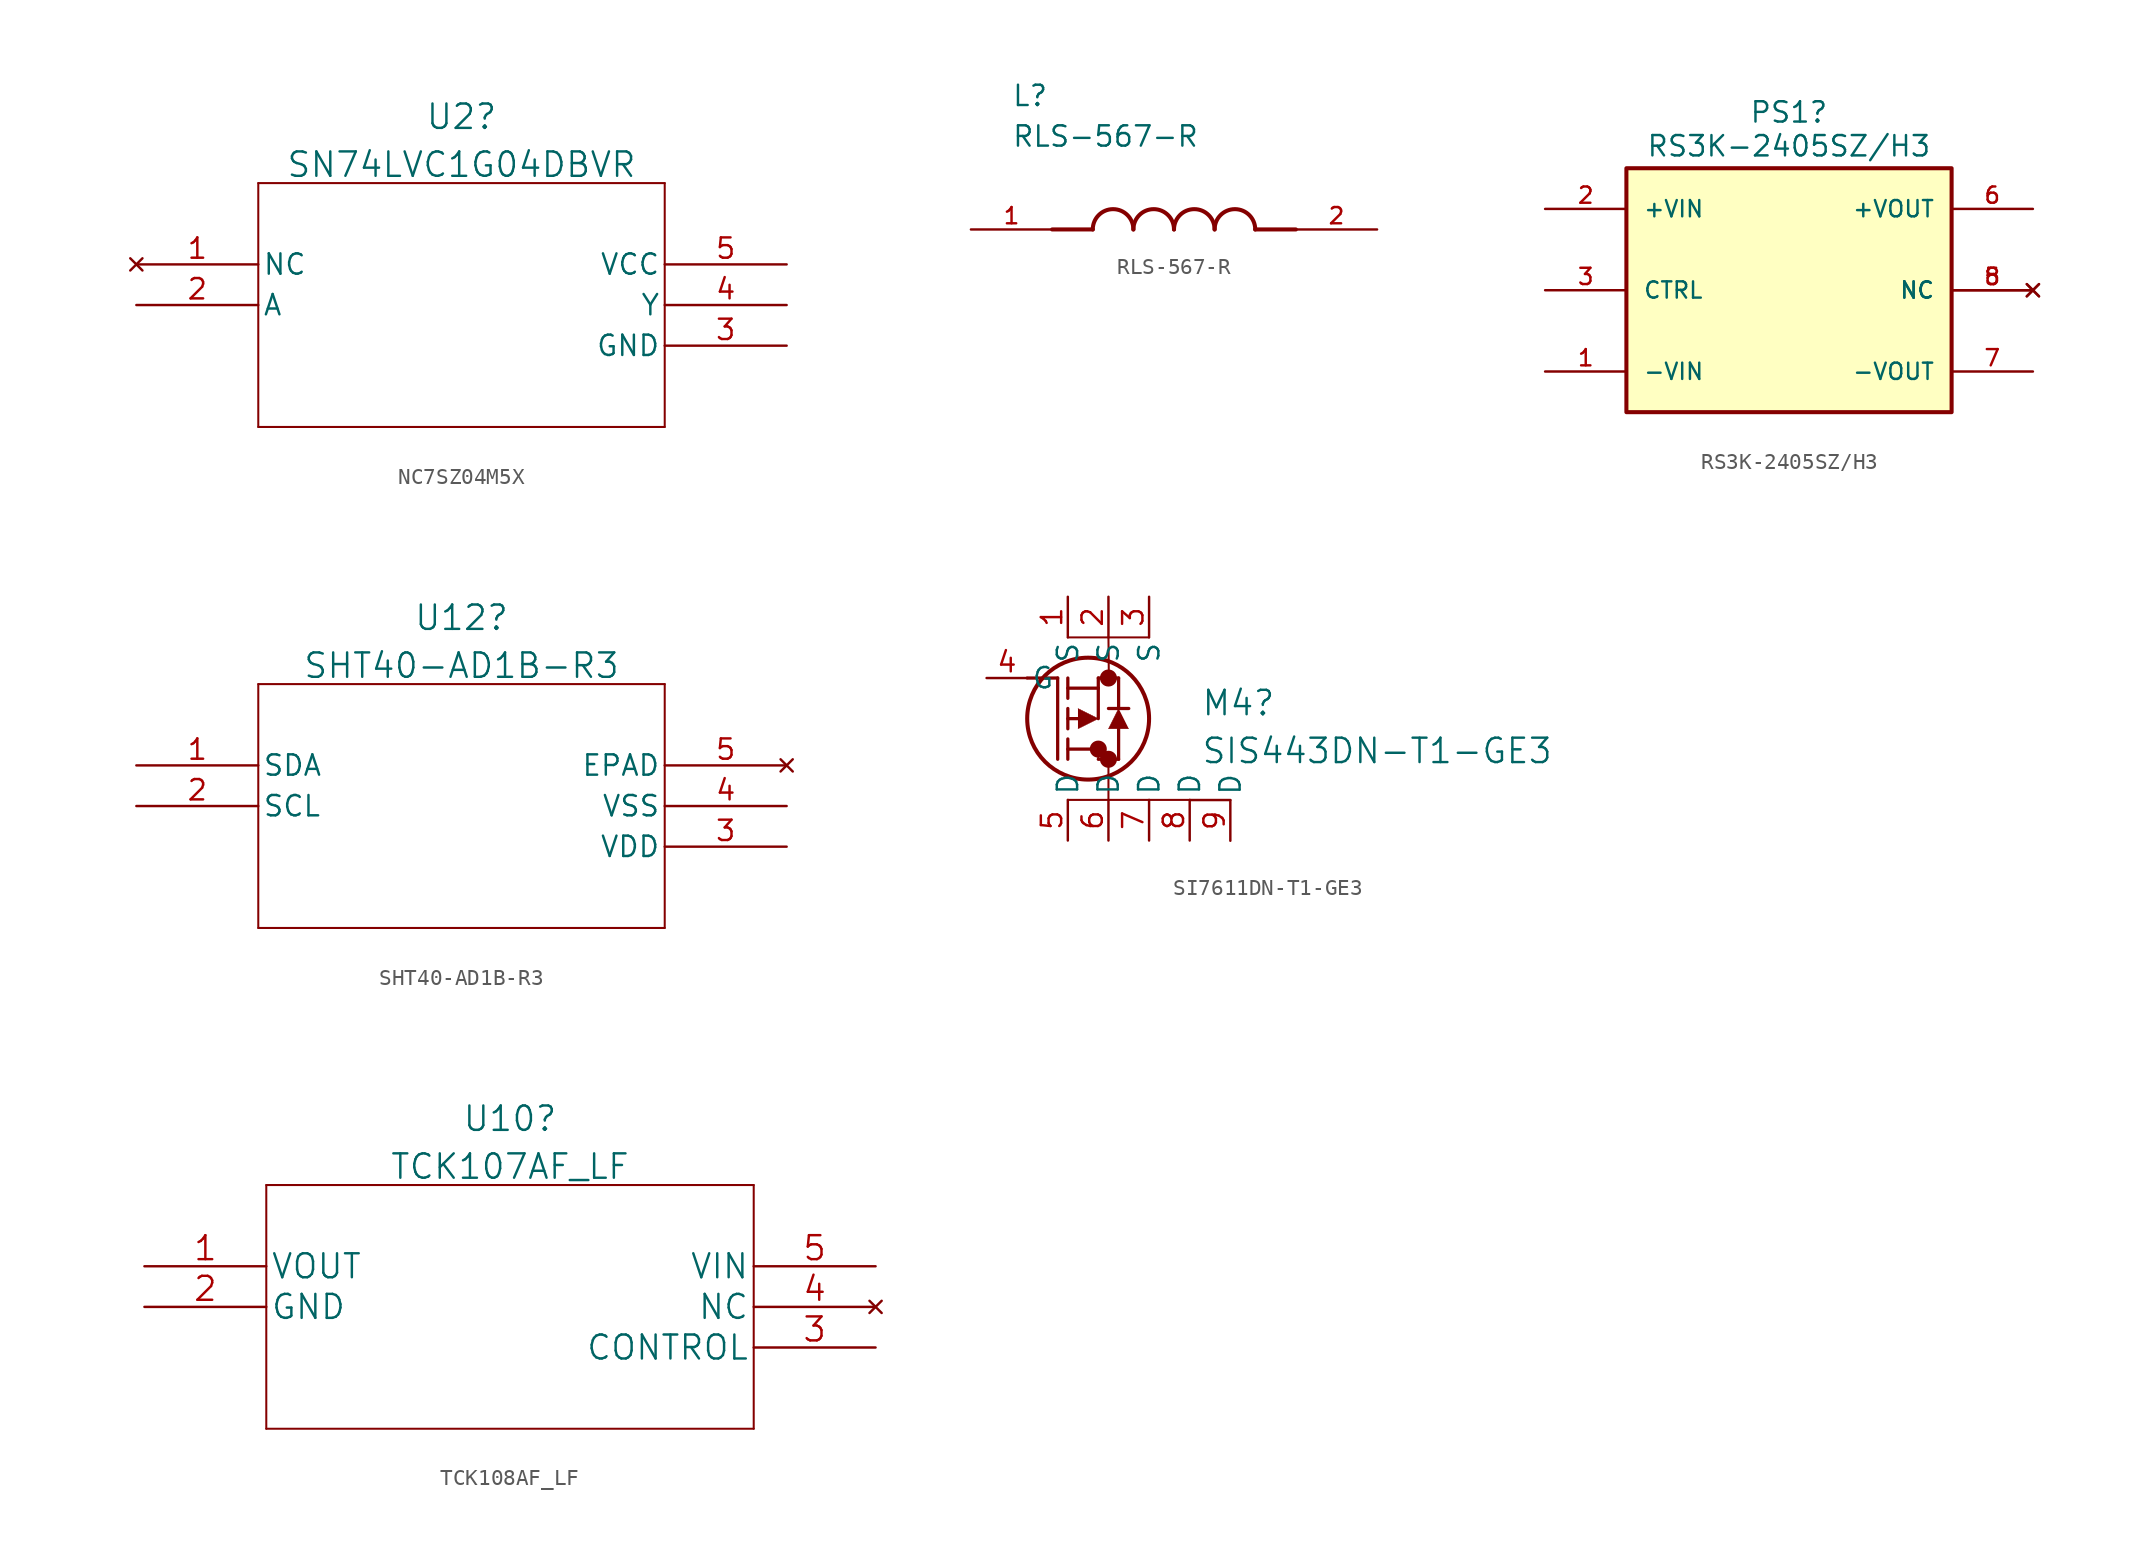
<source format=kicad_sym>
(kicad_symbol_lib
  (version 20231120)
  (generator "kicad_symbol_editor")
  (generator_version "8.0")
  (symbol "NC7SZ04M5X"
    (pin_names
      (offset 0.254))
    (property "Reference" "U2"
      (at 20.32 9.228 0)
      (effects (font (size 1.524 1.524))))
    (property "Value" "SN74LVC1G04DBVR"
      (at 20.32 6.234 0)
      (effects (font (size 1.524 1.524))))
    (property "ki_locked" ""
      (at 0 0 0)
      (effects (font (size 1.27 1.27))))
    (symbol "NC7SZ04M5X_0_1"
      (polyline (pts (xy 7.62 -10.16) (xy 33.02 -10.16)) (stroke (width 0.127) (type default)) (fill (type none)))
      (polyline (pts (xy 7.62 5.08) (xy 7.62 -10.16)) (stroke (width 0.127) (type default)) (fill (type none)))
      (polyline (pts (xy 33.02 -10.16) (xy 33.02 5.08)) (stroke (width 0.127) (type default)) (fill (type none)))
      (polyline (pts (xy 33.02 5.08) (xy 7.62 5.08)) (stroke (width 0.127) (type default)) (fill (type none)))
      (pin no_connect line (at 0 0 0) (length 7.62) (name "NC" (effects (font (size 1.27 1.27)))) (number "1" (effects (font (size 1.27 1.27)))))
      (pin unspecified line (at 0 -2.54 0) (length 7.62) (name "A" (effects (font (size 1.27 1.27)))) (number "2" (effects (font (size 1.27 1.27)))))
      (pin power_in line (at 40.64 0 180) (length 7.62) (name "VCC" (effects (font (size 1.27 1.27)))) (number "5" (effects (font (size 1.27 1.27))))))
    (symbol "NC7SZ04M5X_1_1"
      (pin bidirectional line (at 40.64 -5.08 180) (length 7.62) (name "GND" (effects (font (size 1.27 1.27)))) (number "3" (effects (font (size 1.27 1.27)))))
      (pin bidirectional line (at 40.64 -2.54 180) (length 7.62) (name "Y" (effects (font (size 1.27 1.27)))) (number "4" (effects (font (size 1.27 1.27)))))))
  (symbol "RLS-567-R"
    (pin_names
      (offset 1.016))
    (property "Reference" "L"
      (at -10.16 7.62 0)
      (effects (font (size 1.27 1.27)) (justify left bottom)))
    (property "Value" "RLS-567-R"
      (at -10.16 5.08 0)
      (effects (font (size 1.27 1.27)) (justify left bottom)))
    (symbol "RLS-567-R_0_0"
      (arc (start -2.54 0) (mid -3.81 1.2645) (end -5.08 0) (stroke (width 0.254) (type default)) (fill (type none)))
      (arc (start 0 0) (mid -1.27 1.2645) (end -2.54 0) (stroke (width 0.254) (type default)) (fill (type none)))
      (polyline (pts (xy -5.08 0) (xy -7.62 0)) (stroke (width 0.254) (type default)) (fill (type none)))
      (polyline (pts (xy 5.08 0) (xy 7.62 0)) (stroke (width 0.254) (type default)) (fill (type none)))
      (arc (start 2.54 0) (mid 1.27 1.2645) (end 0 0) (stroke (width 0.254) (type default)) (fill (type none)))
      (arc (start 5.08 0) (mid 3.81 1.2645) (end 2.54 0) (stroke (width 0.254) (type default)) (fill (type none)))
      (pin passive line (at -12.7 0 0) (length 5.08) (name "~" (effects (font (size 1.016 1.016)))) (number "1" (effects (font (size 1.016 1.016)))))
      (pin passive line (at 12.7 0 180) (length 5.08) (name "~" (effects (font (size 1.016 1.016)))) (number "2" (effects (font (size 1.016 1.016)))))))
  (symbol "RS3K-2405SZ/H3"
    (pin_names
      (offset 1.016))
    (property "Reference" "PS1"
      (at -0.008 11.119 0)
      (effects (font (size 1.27 1.27))))
    (property "Value" "RS3K-2405SZ/H3"
      (at -0.008 9.005 0)
      (effects (font (size 1.27 1.27))))
    (symbol "RS3K-2405SZ/H3_0_0"
      (rectangle (start -10.16 -7.62) (end 10.16 7.62) (stroke (width 0.254) (type default)) (fill (type background)))
      (pin input line (at -15.24 -5.08 0) (length 5.08) (name "-VIN" (effects (font (size 1.016 1.016)))) (number "1" (effects (font (size 1.016 1.016)))))
      (pin input line (at -15.24 5.08 0) (length 5.08) (name "+VIN" (effects (font (size 1.016 1.016)))) (number "2" (effects (font (size 1.016 1.016)))))
      (pin input line (at -15.24 0 0) (length 5.08) (name "CTRL" (effects (font (size 1.016 1.016)))) (number "3" (effects (font (size 1.016 1.016)))))
      (pin no_connect line (at 15.24 0 180) (length 5.08) (name "NC" (effects (font (size 1.016 1.016)))) (number "5" (effects (font (size 1.016 1.016)))))
      (pin output line (at 15.24 5.08 180) (length 5.08) (name "+VOUT" (effects (font (size 1.016 1.016)))) (number "6" (effects (font (size 1.016 1.016)))))
      (pin no_connect line (at 15.24 0 180) (length 5.08) (name "NC" (effects (font (size 1.016 1.016)))) (number "8" (effects (font (size 1.016 1.016))))))
    (symbol "RS3K-2405SZ/H3_1_0"
      (pin bidirectional line (at 15.24 -5.08 180) (length 5.08) (name "-VOUT" (effects (font (size 1.016 1.016)))) (number "7" (effects (font (size 1.016 1.016)))))))
  (symbol "SHT40-AD1B-R3"
    (pin_names
      (offset 0.254))
    (property "Reference" "U12"
      (at 20.32 9.228 0)
      (effects (font (size 1.524 1.524))))
    (property "Value" "SHT40-AD1B-R3"
      (at 20.32 6.234 0)
      (effects (font (size 1.524 1.524))))
    (property "ki_locked" ""
      (at 0 0 0)
      (effects (font (size 1.27 1.27))))
    (symbol "SHT40-AD1B-R3_0_1"
      (polyline (pts (xy 7.62 -10.16) (xy 33.02 -10.16)) (stroke (width 0.127) (type default)) (fill (type none)))
      (polyline (pts (xy 7.62 5.08) (xy 7.62 -10.16)) (stroke (width 0.127) (type default)) (fill (type none)))
      (polyline (pts (xy 33.02 -10.16) (xy 33.02 5.08)) (stroke (width 0.127) (type default)) (fill (type none)))
      (polyline (pts (xy 33.02 5.08) (xy 7.62 5.08)) (stroke (width 0.127) (type default)) (fill (type none)))
      (pin bidirectional line (at 0 0 0) (length 7.62) (name "SDA" (effects (font (size 1.27 1.27)))) (number "1" (effects (font (size 1.27 1.27)))))
      (pin input line (at 0 -2.54 0) (length 7.62) (name "SCL" (effects (font (size 1.27 1.27)))) (number "2" (effects (font (size 1.27 1.27)))))
      (pin power_in line (at 40.64 -5.08 180) (length 7.62) (name "VDD" (effects (font (size 1.27 1.27)))) (number "3" (effects (font (size 1.27 1.27)))))
      (pin no_connect line (at 40.64 0 180) (length 7.62) (name "EPAD" (effects (font (size 1.27 1.27)))) (number "5" (effects (font (size 1.27 1.27))))))
    (symbol "SHT40-AD1B-R3_1_1"
      (pin bidirectional line (at 40.64 -2.54 180) (length 7.62) (name "VSS" (effects (font (size 1.27 1.27)))) (number "4" (effects (font (size 1.27 1.27)))))))
  (symbol "SI7611DN-T1-GE3"
    (pin_names
      (offset 0.254))
    (property "Reference" "M4"
      (at 13.399 -1.564 0)
      (effects (font (size 1.524 1.524)) (justify left)))
    (property "Value" "SIS443DN-T1-GE3"
      (at 13.399 -4.557 0)
      (effects (font (size 1.524 1.524)) (justify left)))
    (property "ki_locked" ""
      (at 0 0 0)
      (effects (font (size 1.27 1.27))))
    (symbol "SI7611DN-T1-GE3_0_1"
      (polyline (pts (xy 2.54 0) (xy 4.445 0)) (stroke (width 0.203) (type default)) (fill (type none)))
      (polyline (pts (xy 4.445 -5.08) (xy 4.445 0)) (stroke (width 0.203) (type default)) (fill (type none)))
      (polyline (pts (xy 5.08 -7.62) (xy 12.7 -7.62)) (stroke (width 0.127) (type default)) (fill (type none)))
      (polyline (pts (xy 5.08 -5.08) (xy 5.08 -3.81)) (stroke (width 0.203) (type default)) (fill (type none)))
      (polyline (pts (xy 5.08 -4.445) (xy 6.985 -4.445)) (stroke (width 0.203) (type default)) (fill (type none)))
      (polyline (pts (xy 5.08 -3.175) (xy 5.08 -1.905)) (stroke (width 0.203) (type default)) (fill (type none)))
      (polyline (pts (xy 5.08 -1.27) (xy 5.08 0)) (stroke (width 0.203) (type default)) (fill (type none)))
      (polyline (pts (xy 5.08 -0.635) (xy 6.985 -0.635)) (stroke (width 0.203) (type default)) (fill (type none)))
      (polyline (pts (xy 5.08 2.54) (xy 10.16 2.54)) (stroke (width 0.127) (type default)) (fill (type none)))
      (polyline (pts (xy 5.715 -2.54) (xy 5.08 -2.54)) (stroke (width 0.203) (type default)) (fill (type none)))
      (polyline (pts (xy 6.985 -5.08) (xy 8.255 -5.08)) (stroke (width 0.203) (type default)) (fill (type none)))
      (polyline (pts (xy 6.985 -4.445) (xy 6.985 -5.08)) (stroke (width 0.127) (type default)) (fill (type none)))
      (polyline (pts (xy 6.985 -0.635) (xy 6.985 -2.54)) (stroke (width 0.203) (type default)) (fill (type none)))
      (polyline (pts (xy 6.985 -0.635) (xy 6.985 0)) (stroke (width 0.203) (type default)) (fill (type none)))
      (polyline (pts (xy 6.985 0) (xy 8.255 0)) (stroke (width 0.203) (type default)) (fill (type none)))
      (polyline (pts (xy 7.62 -7.62) (xy 7.62 -5.08)) (stroke (width 0.127) (type default)) (fill (type none)))
      (polyline (pts (xy 7.62 2.54) (xy 7.645 0)) (stroke (width 0.127) (type default)) (fill (type none)))
      (polyline (pts (xy 8.255 -5.08) (xy 8.255 -3.175)) (stroke (width 0.203) (type default)) (fill (type none)))
      (polyline (pts (xy 8.255 -1.905) (xy 8.255 0)) (stroke (width 0.203) (type default)) (fill (type none)))
      (polyline (pts (xy 8.89 -1.905) (xy 7.62 -1.905)) (stroke (width 0.203) (type default)) (fill (type none)))
      (polyline (pts (xy 5.715 -3.175) (xy 6.985 -2.54) (xy 5.715 -1.905)) (stroke (width 0.025) (type default)) (fill (type outline)))
      (polyline (pts (xy 8.89 -3.175) (xy 7.62 -3.175) (xy 8.255 -1.905)) (stroke (width 0.025) (type default)) (fill (type outline)))
      (circle (center 6.35 -2.54) (radius 3.81) (stroke (width 0.254) (type default)) (fill (type none)))
      (circle (center 6.985 -4.445) (radius 0.025) (stroke (width 0.508) (type default)) (fill (type none)))
      (circle (center 7.62 -5.08) (radius 0.025) (stroke (width 0.508) (type default)) (fill (type none)))
      (circle (center 7.62 0) (radius 0.025) (stroke (width 0.508) (type default)) (fill (type none)))
      (pin unspecified line (at 5.08 5.08 270) (length 2.54) (name "S" (effects (font (size 1.27 1.27)))) (number "1" (effects (font (size 1.27 1.27)))))
      (pin unspecified line (at 7.62 5.08 270) (length 2.54) (name "S" (effects (font (size 1.27 1.27)))) (number "2" (effects (font (size 1.27 1.27)))))
      (pin unspecified line (at 10.16 5.08 270) (length 2.54) (name "S" (effects (font (size 1.27 1.27)))) (number "3" (effects (font (size 1.27 1.27)))))
      (pin unspecified line (at 0 0 0) (length 2.54) (name "G" (effects (font (size 1.27 1.27)))) (number "4" (effects (font (size 1.27 1.27)))))
      (pin unspecified line (at 5.08 -10.16 90) (length 2.54) (name "D" (effects (font (size 1.27 1.27)))) (number "5" (effects (font (size 1.27 1.27)))))
      (pin unspecified line (at 7.62 -10.16 90) (length 2.54) (name "D" (effects (font (size 1.27 1.27)))) (number "6" (effects (font (size 1.27 1.27)))))
      (pin unspecified line (at 10.16 -10.16 90) (length 2.54) (name "D" (effects (font (size 1.27 1.27)))) (number "7" (effects (font (size 1.27 1.27)))))
      (pin unspecified line (at 12.7 -10.16 90) (length 2.54) (name "D" (effects (font (size 1.27 1.27)))) (number "8" (effects (font (size 1.27 1.27)))))
      (pin unspecified line (at 15.241 -10.175 90) (length 2.54) (name "D" (effects (font (size 1.27 1.27)))) (number "9" (effects (font (size 1.27 1.27))))))
    (symbol "SI7611DN-T1-GE3_1_1"
      (polyline (pts (xy 12.723 -7.629) (xy 15.241 -7.629)) (stroke (width 0) (type default)) (fill (type none)))))
  (symbol "TCK108AF_LF"
    (pin_names
      (offset 0.254))
    (property "Reference" "U10"
      (at 22.86 9.228 0)
      (effects (font (size 1.524 1.524))))
    (property "Value" "TCK107AF_LF"
      (at 22.86 6.234 0)
      (effects (font (size 1.524 1.524))))
    (property "Datasheet" ""
      (at 0 0 0)
      (effects (font (size 1.524 1.524))))
    (property "ki_locked" ""
      (at 0 0 0)
      (effects (font (size 1.27 1.27))))
    (symbol "TCK108AF_LF_1_1"
      (polyline (pts (xy 7.62 -10.16) (xy 38.1 -10.16)) (stroke (width 0.127) (type default)) (fill (type none)))
      (polyline (pts (xy 7.62 5.08) (xy 7.62 -10.16)) (stroke (width 0.127) (type default)) (fill (type none)))
      (polyline (pts (xy 38.1 -10.16) (xy 38.1 5.08)) (stroke (width 0.127) (type default)) (fill (type none)))
      (polyline (pts (xy 38.1 5.08) (xy 7.62 5.08)) (stroke (width 0.127) (type default)) (fill (type none)))
      (pin power_out line (at 0 0 0) (length 7.62) (name "VOUT" (effects (font (size 1.499 1.499)))) (number "1" (effects (font (size 1.499 1.499)))))
      (pin bidirectional line (at 0 -2.54 0) (length 7.62) (name "GND" (effects (font (size 1.499 1.499)))) (number "2" (effects (font (size 1.499 1.499)))))
      (pin unspecified line (at 45.72 -5.08 180) (length 7.62) (name "CONTROL" (effects (font (size 1.499 1.499)))) (number "3" (effects (font (size 1.499 1.499)))))
      (pin no_connect line (at 45.72 -2.54 180) (length 7.62) (name "NC" (effects (font (size 1.499 1.499)))) (number "4" (effects (font (size 1.499 1.499)))))
      (pin power_in line (at 45.72 0 180) (length 7.62) (name "VIN" (effects (font (size 1.499 1.499)))) (number "5" (effects (font (size 1.499 1.499))))))))
</source>
